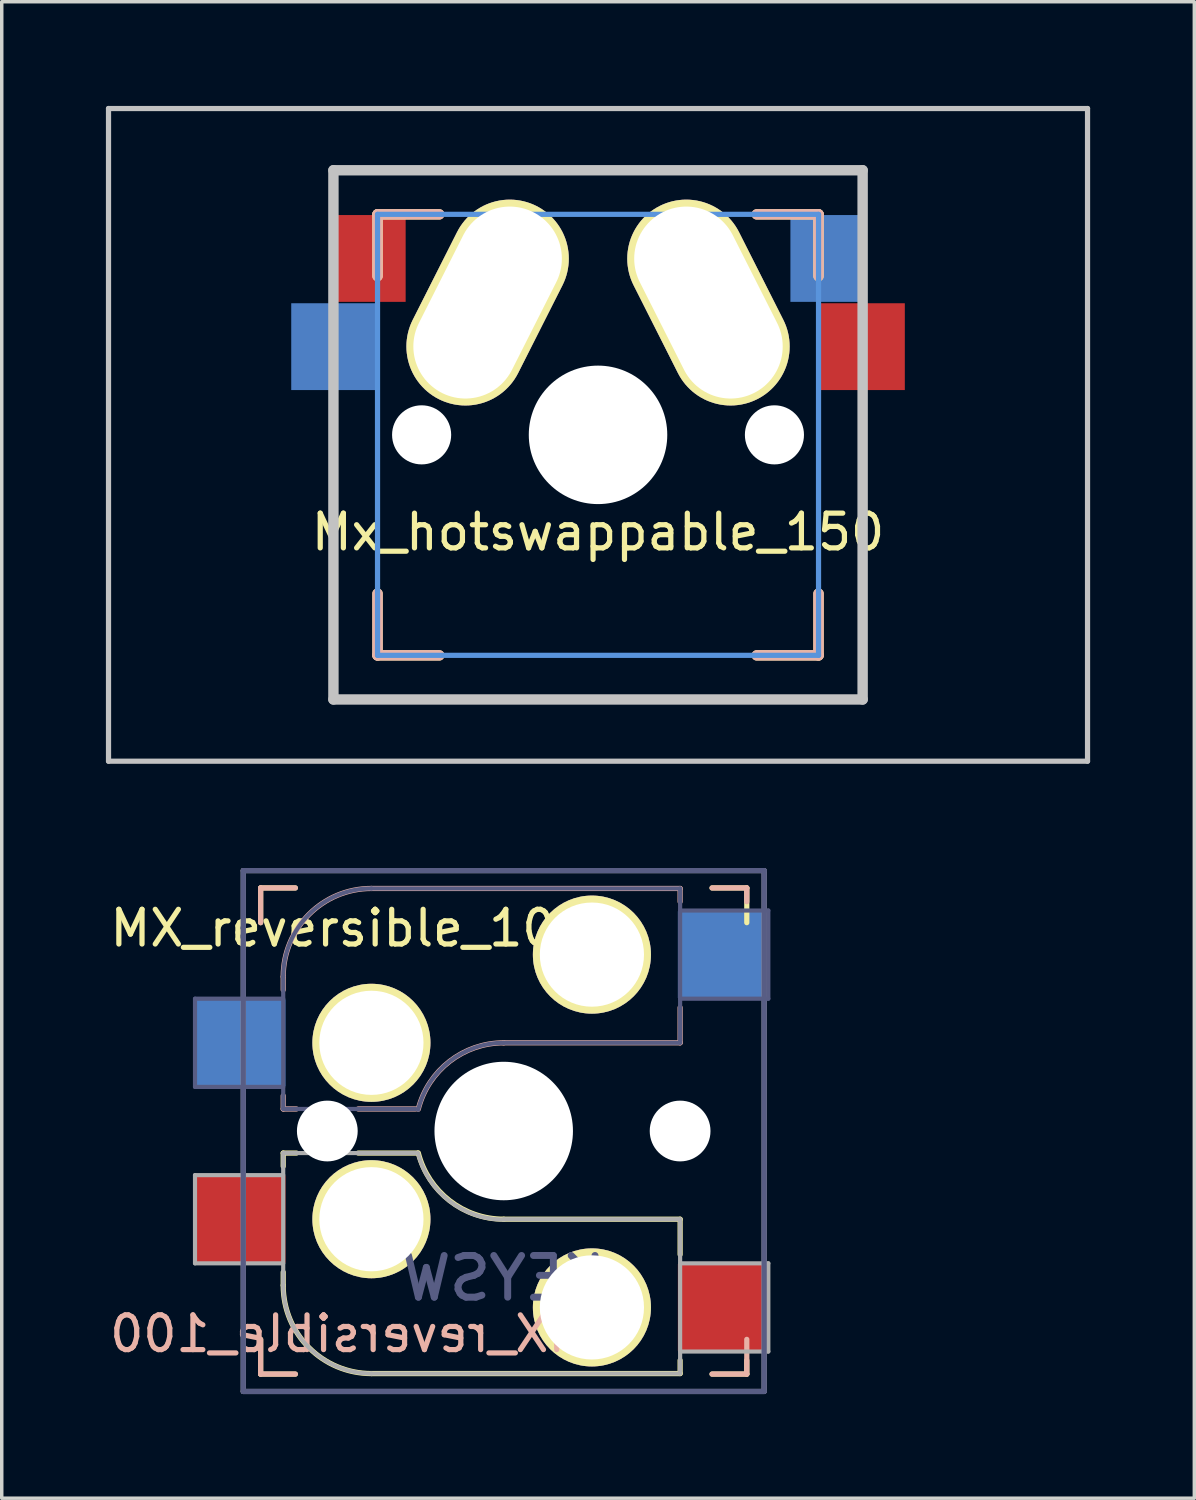
<source format=kicad_pcb>
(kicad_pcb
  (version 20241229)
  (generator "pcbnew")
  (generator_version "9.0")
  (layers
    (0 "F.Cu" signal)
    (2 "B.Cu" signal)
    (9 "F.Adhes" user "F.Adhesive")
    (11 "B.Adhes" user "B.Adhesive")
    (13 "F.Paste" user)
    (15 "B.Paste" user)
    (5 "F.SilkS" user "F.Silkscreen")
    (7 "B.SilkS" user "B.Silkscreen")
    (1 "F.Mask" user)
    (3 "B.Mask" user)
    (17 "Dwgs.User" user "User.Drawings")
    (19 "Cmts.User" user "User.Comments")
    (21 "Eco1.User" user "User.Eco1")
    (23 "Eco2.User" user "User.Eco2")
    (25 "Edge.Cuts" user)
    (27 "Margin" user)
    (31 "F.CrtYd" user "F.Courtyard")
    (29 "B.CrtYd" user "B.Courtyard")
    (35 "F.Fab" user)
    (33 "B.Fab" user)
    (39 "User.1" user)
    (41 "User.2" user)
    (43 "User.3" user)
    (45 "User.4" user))
  (footprint "Mx_hotswappable_150"
    (layer "F.Cu")
    (at 14.172 9.473)
    (property "Reference" "Mx_hotswappable_150" (at 0 2.8 0) (layer "F.SilkS") (effects (font (size 1 1) (thickness 0.15))))
    (attr through_hole)
    (fp_line (start -6.35 -6.35) (end -4.572 -6.35) (stroke (width 0.3) (type solid)) (layer "F.SilkS"))
    (fp_line (start -6.35 -4.572) (end -6.35 -6.35) (stroke (width 0.3) (type solid)) (layer "F.SilkS"))
    (fp_line (start -6.35 6.35) (end -6.35 4.572) (stroke (width 0.3) (type solid)) (layer "F.SilkS"))
    (fp_line (start -4.572 6.35) (end -6.35 6.35) (stroke (width 0.3) (type solid)) (layer "F.SilkS"))
    (fp_line (start 4.572 -6.35) (end 6.35 -6.35) (stroke (width 0.3) (type solid)) (layer "F.SilkS"))
    (fp_line (start 6.35 -6.35) (end 6.35 -4.572) (stroke (width 0.3) (type solid)) (layer "F.SilkS"))
    (fp_line (start 6.35 4.572) (end 6.35 6.35) (stroke (width 0.3) (type solid)) (layer "F.SilkS"))
    (fp_line (start 6.35 6.35) (end 4.572 6.35) (stroke (width 0.3) (type solid)) (layer "F.SilkS"))
    (fp_line (start -6.35 -6.35) (end -4.572 -6.35) (stroke (width 0.3) (type solid)) (layer "B.SilkS"))
    (fp_line (start -6.35 -4.572) (end -6.35 -6.35) (stroke (width 0.3) (type solid)) (layer "B.SilkS"))
    (fp_line (start -6.35 6.35) (end -6.35 4.572) (stroke (width 0.3) (type solid)) (layer "B.SilkS"))
    (fp_line (start -4.572 6.35) (end -6.35 6.35) (stroke (width 0.3) (type solid)) (layer "B.SilkS"))
    (fp_line (start 4.572 -6.35) (end 6.35 -6.35) (stroke (width 0.3) (type solid)) (layer "B.SilkS"))
    (fp_line (start 6.35 -6.35) (end 6.35 -4.572) (stroke (width 0.3) (type solid)) (layer "B.SilkS"))
    (fp_line (start 6.35 4.572) (end 6.35 6.35) (stroke (width 0.3) (type solid)) (layer "B.SilkS"))
    (fp_line (start 6.35 6.35) (end 4.572 6.35) (stroke (width 0.3) (type solid)) (layer "B.SilkS"))
    (fp_line (start -14.097 -9.398) (end -14.097 9.398) (stroke (width 0.15) (type solid)) (layer "Dwgs.User"))
    (fp_line (start -14.097 -9.398) (end 14.097 -9.398) (stroke (width 0.15) (type solid)) (layer "Dwgs.User"))
    (fp_line (start -14.097 9.398) (end 14.097 9.398) (stroke (width 0.15) (type solid)) (layer "Dwgs.User"))
    (fp_line (start -7.62 -7.62) (end -7.62 7.62) (stroke (width 0.3) (type solid)) (layer "Dwgs.User"))
    (fp_line (start -7.62 -7.62) (end 7.62 -7.62) (stroke (width 0.3) (type solid)) (layer "Dwgs.User"))
    (fp_line (start -7.62 7.62) (end 7.62 7.62) (stroke (width 0.3) (type solid)) (layer "Dwgs.User"))
    (fp_line (start 7.62 -7.62) (end 7.62 7.62) (stroke (width 0.3) (type solid)) (layer "Dwgs.User"))
    (fp_line (start 14.097 -9.398) (end 14.097 9.398) (stroke (width 0.15) (type solid)) (layer "Dwgs.User"))
    (fp_line (start -6.35 6.35) (end -6.35 -6.35) (stroke (width 0.15) (type solid)) (layer "Cmts.User"))
    (fp_line (start -6.35 6.35) (end 6.35 6.35) (stroke (width 0.15) (type solid)) (layer "Cmts.User"))
    (fp_line (start 6.35 -6.35) (end -6.35 -6.35) (stroke (width 0.15) (type solid)) (layer "Cmts.User"))
    (fp_line (start 6.35 -6.35) (end 6.35 6.35) (stroke (width 0.15) (type solid)) (layer "Cmts.User"))
    (fp_line (start -6.985 -6.985) (end 6.985 -6.985) (stroke (width 0.15) (type solid)) (layer "Eco1.User"))
    (fp_line (start -6.985 6.985) (end -6.985 -6.985) (stroke (width 0.15) (type solid)) (layer "Eco1.User"))
    (fp_line (start 6.985 -6.985) (end 6.985 6.985) (stroke (width 0.15) (type solid)) (layer "Eco1.User"))
    (fp_line (start 6.985 6.985) (end -6.985 6.985) (stroke (width 0.15) (type solid)) (layer "Eco1.User"))
    (pad "" np_thru_hole circle (at -5.08 0) (size 1.702 1.702) (drill 1.702) (layers "*.Cu" "*.Mask"))
    (pad "" np_thru_hole circle (at 0 0) (size 3.988 3.988) (drill 3.988) (layers "*.Cu" "*.Mask"))
    (pad "" np_thru_hole circle (at 5.08 0) (size 1.702 1.702) (drill 1.702) (layers "*.Cu" "*.Mask"))
    (pad "1" smd rect (at -6.64 -5.08) (size 2.2 2.5) (layers "F.Cu" "F.Mask" "F.Paste"))
    (pad "1" thru_hole oval (at -3.18 -3.81 333.2) (size 3.4 6.232) (drill oval 3 5.832) (layers "*.Cu" "*.Mask" "F.SilkS"))
    (pad "1" smd rect (at 6.64 -5.08) (size 2.2 2.5) (layers "B.Cu" "B.Mask" "B.Paste"))
    (pad "2" smd rect (at -7.56 -2.54) (size 2.55 2.5) (layers "B.Cu" "B.Mask" "B.Paste"))
    (pad "2" thru_hole oval (at 3.18 -3.81 26.8) (size 3.4 6.232) (drill oval 3 5.832) (layers "*.Cu" "*.Mask" "F.SilkS"))
    (pad "2" smd rect (at 7.56 -2.54) (size 2.55 2.5) (layers "F.Cu" "F.Mask" "F.Paste")))
  (footprint "MX_reversible_100"
    (layer "F.Cu")
    (at 11.456 29.521)
    (property "Reference" "MX_reversible_100" (at -4.44 -5.84 0) (layer "F.SilkS") (effects (font (size 1 1) (thickness 0.15))))
    (property "Value" "KEYSW" (at 0 -4.24 0) (layer "F.Fab") (hide yes) (effects (font (size 1.2 1.2) (thickness 0.2))))
    (attr smd)
    (fp_line (start -7 -7) (end -6 -7) (stroke (width 0.15) (type solid)) (layer "F.SilkS"))
    (fp_line (start -7 -6) (end -7 -7) (stroke (width 0.15) (type solid)) (layer "F.SilkS"))
    (fp_line (start -7 7) (end -7 6) (stroke (width 0.15) (type solid)) (layer "F.SilkS"))
    (fp_line (start -6.35 0.635) (end -5.969 0.635) (stroke (width 0.15) (type solid)) (layer "F.SilkS"))
    (fp_line (start -6.35 1.016) (end -6.35 0.635) (stroke (width 0.15) (type solid)) (layer "F.SilkS"))
    (fp_line (start -6.35 4.445) (end -6.35 4.064) (stroke (width 0.15) (type solid)) (layer "F.SilkS"))
    (fp_line (start -6 7) (end -7 7) (stroke (width 0.15) (type solid)) (layer "F.SilkS"))
    (fp_line (start -4.191 0.635) (end -2.48 0.635) (stroke (width 0.15) (type solid)) (layer "F.SilkS"))
    (fp_line (start 0 2.54) (end 5.08 2.54) (stroke (width 0.15) (type solid)) (layer "F.SilkS"))
    (fp_line (start 5.08 2.54) (end 5.08 3.556) (stroke (width 0.15) (type solid)) (layer "F.SilkS"))
    (fp_line (start 5.08 6.604) (end 5.08 6.985) (stroke (width 0.15) (type solid)) (layer "F.SilkS"))
    (fp_line (start 5.08 6.985) (end -3.81 6.985) (stroke (width 0.15) (type solid)) (layer "F.SilkS"))
    (fp_line (start 6 -7) (end 7 -7) (stroke (width 0.15) (type solid)) (layer "F.SilkS"))
    (fp_line (start 7 -7) (end 7 -6) (stroke (width 0.15) (type solid)) (layer "F.SilkS"))
    (fp_line (start 7 6.604) (end 7 7) (stroke (width 0.15) (type solid)) (layer "F.SilkS"))
    (fp_line (start 7 7) (end 6 7) (stroke (width 0.15) (type solid)) (layer "F.SilkS"))
    (fp_arc (start -3.81 6.985) (mid -5.606051 6.241051) (end -6.35 4.445) (stroke (width 0.15) (type solid)) (layer "F.SilkS"))
    (fp_arc (start 0 2.53939) (mid -1.55703 2.006031) (end -2.46 0.63) (stroke (width 0.15) (type solid)) (layer "F.SilkS"))
    (fp_line (start -7 -7) (end -6 -7) (stroke (width 0.15) (type solid)) (layer "B.SilkS"))
    (fp_line (start -7 -6) (end -7 -7) (stroke (width 0.15) (type solid)) (layer "B.SilkS"))
    (fp_line (start -7 7) (end -7 6) (stroke (width 0.15) (type solid)) (layer "B.SilkS"))
    (fp_line (start -6.35 -4.445) (end -6.35 -4.064) (stroke (width 0.15) (type solid)) (layer "B.SilkS"))
    (fp_line (start -6.35 -1.016) (end -6.35 -0.635) (stroke (width 0.15) (type solid)) (layer "B.SilkS"))
    (fp_line (start -6.35 -0.635) (end -5.969 -0.635) (stroke (width 0.15) (type solid)) (layer "B.SilkS"))
    (fp_line (start -6 7) (end -7 7) (stroke (width 0.15) (type solid)) (layer "B.SilkS"))
    (fp_line (start -4.191 -0.635) (end -2.54 -0.635) (stroke (width 0.15) (type solid)) (layer "B.SilkS"))
    (fp_line (start 0 -2.54) (end 5.08 -2.54) (stroke (width 0.15) (type solid)) (layer "B.SilkS"))
    (fp_line (start 5.08 -6.985) (end -3.81 -6.985) (stroke (width 0.15) (type solid)) (layer "B.SilkS"))
    (fp_line (start 5.08 -6.604) (end 5.08 -6.985) (stroke (width 0.15) (type solid)) (layer "B.SilkS"))
    (fp_line (start 5.08 -2.54) (end 5.08 -3.556) (stroke (width 0.15) (type solid)) (layer "B.SilkS"))
    (fp_line (start 6 -7) (end 7 -7) (stroke (width 0.15) (type solid)) (layer "B.SilkS"))
    (fp_line (start 7 -7) (end 7 -6.604) (stroke (width 0.15) (type solid)) (layer "B.SilkS"))
    (fp_line (start 7 6) (end 7 7) (stroke (width 0.15) (type solid)) (layer "B.SilkS"))
    (fp_line (start 7 7) (end 6 7) (stroke (width 0.15) (type solid)) (layer "B.SilkS"))
    (fp_arc (start -6.35 -4.445) (mid -5.606051 -6.241051) (end -3.81 -6.985) (stroke (width 0.15) (type solid)) (layer "B.SilkS"))
    (fp_arc (start -2.461268 -0.627503) (mid -1.558484 -2.005674) (end 0 -2.54) (stroke (width 0.15) (type solid)) (layer "B.SilkS"))
    (fp_line (start -6.9 6.9) (end -6.9 -6.9) (stroke (width 0.15) (type solid)) (layer "Eco2.User"))
    (fp_line (start -6.9 6.9) (end 6.9 6.9) (stroke (width 0.15) (type solid)) (layer "Eco2.User"))
    (fp_line (start 6.9 -6.9) (end -6.9 -6.9) (stroke (width 0.15) (type solid)) (layer "Eco2.User"))
    (fp_line (start 6.9 -6.9) (end 6.9 6.9) (stroke (width 0.15) (type solid)) (layer "Eco2.User"))
    (fp_line (start -8.89 -3.81) (end -8.89 -1.27) (stroke (width 0.12) (type solid)) (layer "B.Fab"))
    (fp_line (start -8.89 -1.27) (end -6.35 -1.27) (stroke (width 0.12) (type solid)) (layer "B.Fab"))
    (fp_line (start -7.5 -7.5) (end 7.5 -7.5) (stroke (width 0.15) (type solid)) (layer "B.Fab"))
    (fp_line (start -7.5 7.5) (end -7.5 -7.5) (stroke (width 0.15) (type solid)) (layer "B.Fab"))
    (fp_line (start -6.35 -4.445) (end -6.35 -0.635) (stroke (width 0.12) (type solid)) (layer "B.Fab"))
    (fp_line (start -6.35 -3.81) (end -8.89 -3.81) (stroke (width 0.12) (type solid)) (layer "B.Fab"))
    (fp_line (start -6.35 -0.635) (end -2.54 -0.635) (stroke (width 0.12) (type solid)) (layer "B.Fab"))
    (fp_line (start 0 -2.54) (end 5.08 -2.54) (stroke (width 0.12) (type solid)) (layer "B.Fab"))
    (fp_line (start 5.08 -6.985) (end -3.81 -6.985) (stroke (width 0.12) (type solid)) (layer "B.Fab"))
    (fp_line (start 5.08 -3.81) (end 7.62 -3.81) (stroke (width 0.12) (type solid)) (layer "B.Fab"))
    (fp_line (start 5.08 -2.54) (end 5.08 -6.985) (stroke (width 0.12) (type solid)) (layer "B.Fab"))
    (fp_line (start 7.5 -7.5) (end 7.5 7.5) (stroke (width 0.15) (type solid)) (layer "B.Fab"))
    (fp_line (start 7.5 7.5) (end -7.5 7.5) (stroke (width 0.15) (type solid)) (layer "B.Fab"))
    (fp_line (start 7.62 -6.35) (end 5.08 -6.35) (stroke (width 0.12) (type solid)) (layer "B.Fab"))
    (fp_line (start 7.62 -3.81) (end 7.62 -6.35) (stroke (width 0.12) (type solid)) (layer "B.Fab"))
    (fp_arc (start -6.35 -4.445) (mid -5.606051 -6.241051) (end -3.81 -6.985) (stroke (width 0.12) (type solid)) (layer "B.Fab"))
    (fp_arc (start -2.464162 -0.61604) (mid -1.563147 -2.002042) (end 0 -2.54) (stroke (width 0.12) (type solid)) (layer "B.Fab"))
    (fp_line (start -8.89 1.27) (end -8.89 3.81) (stroke (width 0.12) (type solid)) (layer "F.Fab"))
    (fp_line (start -8.89 3.81) (end -6.35 3.81) (stroke (width 0.12) (type solid)) (layer "F.Fab"))
    (fp_line (start -7.5 -7.5) (end 7.5 -7.5) (stroke (width 0.15) (type solid)) (layer "F.Fab"))
    (fp_line (start -7.5 7.5) (end -7.5 -7.5) (stroke (width 0.15) (type solid)) (layer "F.Fab"))
    (fp_line (start -6.35 0.635) (end -6.35 4.445) (stroke (width 0.12) (type solid)) (layer "F.Fab"))
    (fp_line (start -6.35 1.27) (end -8.89 1.27) (stroke (width 0.12) (type solid)) (layer "F.Fab"))
    (fp_line (start -3.81 6.985) (end 5.08 6.985) (stroke (width 0.12) (type solid)) (layer "F.Fab"))
    (fp_line (start -2.54 0.635) (end -6.35 0.635) (stroke (width 0.12) (type solid)) (layer "F.Fab"))
    (fp_line (start 5.08 2.54) (end 0 2.54) (stroke (width 0.12) (type solid)) (layer "F.Fab"))
    (fp_line (start 5.08 6.35) (end 7.62 6.35) (stroke (width 0.12) (type solid)) (layer "F.Fab"))
    (fp_line (start 5.08 6.985) (end 5.08 2.54) (stroke (width 0.12) (type solid)) (layer "F.Fab"))
    (fp_line (start 7.5 -7.5) (end 7.5 7.5) (stroke (width 0.15) (type solid)) (layer "F.Fab"))
    (fp_line (start 7.5 7.5) (end -7.5 7.5) (stroke (width 0.15) (type solid)) (layer "F.Fab"))
    (fp_line (start 7.62 3.81) (end 5.08 3.81) (stroke (width 0.12) (type solid)) (layer "F.Fab"))
    (fp_line (start 7.62 6.35) (end 7.62 3.81) (stroke (width 0.12) (type solid)) (layer "F.Fab"))
    (fp_arc (start -3.81 6.985) (mid -5.606051 6.241051) (end -6.35 4.445) (stroke (width 0.12) (type solid)) (layer "F.Fab"))
    (fp_arc (start 0 2.549078) (mid -1.56395 2.012923) (end -2.47 0.63) (stroke (width 0.12) (type solid)) (layer "F.Fab"))
    (fp_text user "${REFERENCE}" (at -4.45 5.84 0) (layer "B.SilkS") (effects (font (size 1 1) (thickness 0.15)) (justify mirror)))
    (fp_text user "${VALUE}" (at 0 4.24 0) (layer "B.Fab") (effects (font (size 1.2 1.2) (thickness 0.2)) (justify mirror)))
    (pad "" np_thru_hole circle (at -5.08 0) (size 1.75 1.75) (drill 1.75) (layers "*.Cu" "*.Mask"))
    (pad "" np_thru_hole circle (at 0 0) (size 3.988 3.988) (drill 3.988) (layers "*.Cu" "*.Mask"))
    (pad "" np_thru_hole circle (at 5.08 0) (size 1.75 1.75) (drill 1.75) (layers "*.Cu" "*.Mask"))
    (pad "1" thru_hole circle (at 2.54 -5.08) (size 3.4 3.4) (drill 3) (layers "*.Cu" "*.Mask" "F.SilkS"))
    (pad "1" thru_hole circle (at 2.54 5.08) (size 3.4 3.4) (drill 3) (layers "*.Cu" "*.Mask" "F.SilkS"))
    (pad "1" smd rect (at 6.29 -5.08) (size 2.55 2.5) (layers "B.Cu" "B.Mask" "B.Paste"))
    (pad "1" smd rect (at 6.29 5.08) (size 2.55 2.5) (layers "F.Cu" "F.Mask" "F.Paste"))
    (pad "2" smd rect (at -7.56 -2.54) (size 2.55 2.5) (layers "B.Cu" "B.Mask" "B.Paste"))
    (pad "2" smd rect (at -7.56 2.54) (size 2.55 2.5) (layers "F.Cu" "F.Mask" "F.Paste"))
    (pad "2" thru_hole circle (at -3.81 -2.54) (size 3.4 3.4) (drill 3) (layers "*.Cu" "*.Mask" "F.SilkS"))
    (pad "2" thru_hole circle (at -3.81 2.54) (size 3.4 3.4) (drill 3) (layers "*.Cu" "*.Mask" "F.SilkS")))
  (gr_rect
    (start -3 -3)
    (end 31.344 40.096)
    (stroke (width 0.1) (type default))
    (fill no)
    (layer "Edge.Cuts")))
</source>
